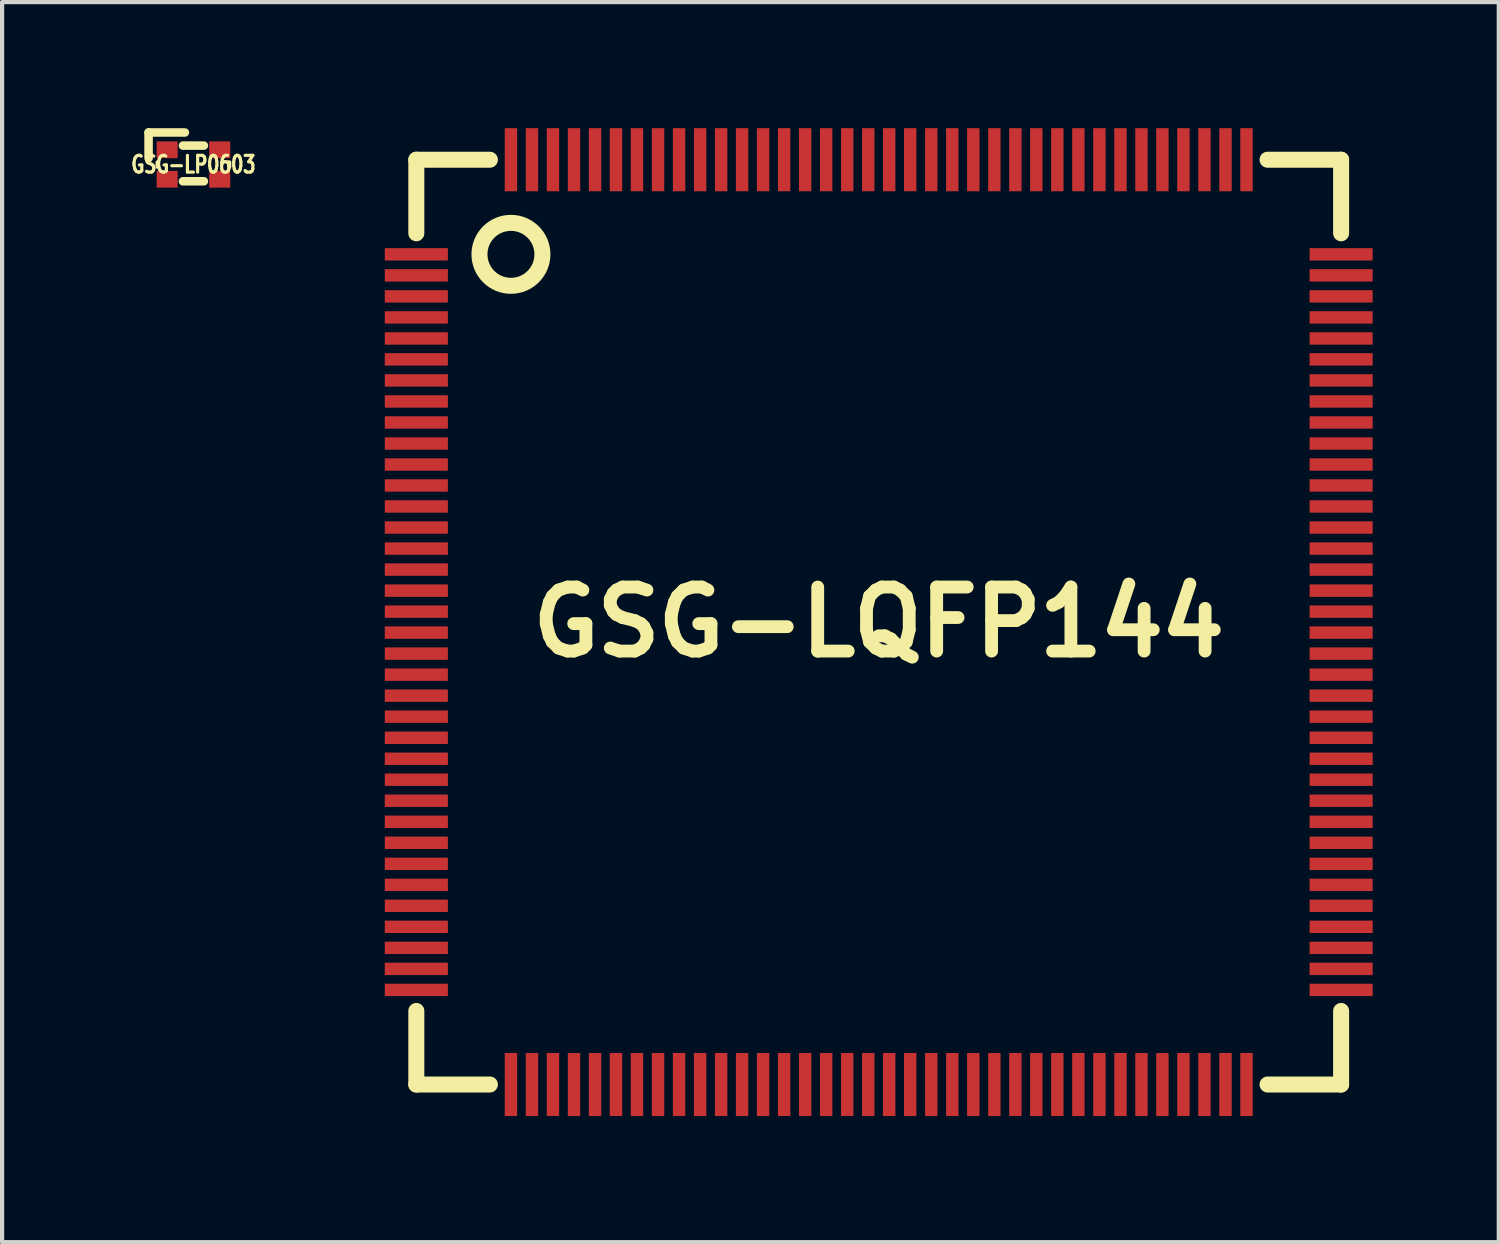
<source format=kicad_pcb>
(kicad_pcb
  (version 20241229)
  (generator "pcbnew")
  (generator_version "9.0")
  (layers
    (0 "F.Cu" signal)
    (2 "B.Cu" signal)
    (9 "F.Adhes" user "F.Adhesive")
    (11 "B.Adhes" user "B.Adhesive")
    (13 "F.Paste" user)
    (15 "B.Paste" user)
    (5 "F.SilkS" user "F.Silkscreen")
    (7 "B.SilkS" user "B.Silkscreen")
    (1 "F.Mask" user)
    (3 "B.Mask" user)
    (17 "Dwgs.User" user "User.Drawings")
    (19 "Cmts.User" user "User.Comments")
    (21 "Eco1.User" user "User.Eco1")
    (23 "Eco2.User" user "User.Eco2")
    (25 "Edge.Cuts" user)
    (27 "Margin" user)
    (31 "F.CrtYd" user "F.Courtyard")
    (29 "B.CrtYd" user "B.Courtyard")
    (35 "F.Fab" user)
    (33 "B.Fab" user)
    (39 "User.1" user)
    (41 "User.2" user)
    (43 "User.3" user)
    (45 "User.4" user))
  (footprint "GSG-LQFP144"
    (layer "F.Cu")
    (at 17.856 11.751)
    (property "Reference" "GSG-LQFP144" (at 0 0 0) (layer "F.SilkS") (effects (font (size 1.524 1.524) (thickness 0.305))))
    (attr through_hole)
    (fp_line (start -11.001 -11.001) (end -9.251 -11.001) (stroke (width 0.381) (type solid)) (layer "F.SilkS"))
    (fp_line (start -11.001 -9.251) (end -11.001 -11.001) (stroke (width 0.381) (type solid)) (layer "F.SilkS"))
    (fp_line (start -11.001 9.251) (end -11.001 11.001) (stroke (width 0.381) (type solid)) (layer "F.SilkS"))
    (fp_line (start -11.001 11.001) (end -9.251 11.001) (stroke (width 0.381) (type solid)) (layer "F.SilkS"))
    (fp_line (start 9.251 11.001) (end 11.001 11.001) (stroke (width 0.381) (type solid)) (layer "F.SilkS"))
    (fp_line (start 11.001 -11.001) (end 9.251 -11.001) (stroke (width 0.381) (type solid)) (layer "F.SilkS"))
    (fp_line (start 11.001 -9.251) (end 11.001 -11.001) (stroke (width 0.381) (type solid)) (layer "F.SilkS"))
    (fp_line (start 11.001 11.001) (end 11.001 9.251) (stroke (width 0.381) (type solid)) (layer "F.SilkS"))
    (fp_circle (center -8.75 -8.75) (end -8.001 -8.75) (stroke (width 0.381) (type solid)) (fill no) (layer "F.SilkS"))
    (pad "1" smd rect (at -11.001 -8.75) (size 1.501 0.295) (layers "F.Cu" "F.Mask" "F.Paste"))
    (pad "2" smd rect (at -11.001 -8.25) (size 1.501 0.295) (layers "F.Cu" "F.Mask" "F.Paste"))
    (pad "3" smd rect (at -11.001 -7.75) (size 1.501 0.295) (layers "F.Cu" "F.Mask" "F.Paste"))
    (pad "4" smd rect (at -11.001 -7.249) (size 1.501 0.295) (layers "F.Cu" "F.Mask" "F.Paste"))
    (pad "5" smd rect (at -11.001 -6.749) (size 1.501 0.295) (layers "F.Cu" "F.Mask" "F.Paste"))
    (pad "6" smd rect (at -11.001 -6.251) (size 1.501 0.295) (layers "F.Cu" "F.Mask" "F.Paste"))
    (pad "7" smd rect (at -11.001 -5.751) (size 1.501 0.295) (layers "F.Cu" "F.Mask" "F.Paste"))
    (pad "8" smd rect (at -11.001 -5.25) (size 1.501 0.295) (layers "F.Cu" "F.Mask" "F.Paste"))
    (pad "9" smd rect (at -11.001 -4.75) (size 1.501 0.295) (layers "F.Cu" "F.Mask" "F.Paste"))
    (pad "10" smd rect (at -11.001 -4.249) (size 1.501 0.295) (layers "F.Cu" "F.Mask" "F.Paste"))
    (pad "11" smd rect (at -11.001 -3.749) (size 1.501 0.295) (layers "F.Cu" "F.Mask" "F.Paste"))
    (pad "12" smd rect (at -11.001 -3.251) (size 1.501 0.295) (layers "F.Cu" "F.Mask" "F.Paste"))
    (pad "13" smd rect (at -11.001 -2.751) (size 1.501 0.295) (layers "F.Cu" "F.Mask" "F.Paste"))
    (pad "14" smd rect (at -11.001 -2.25) (size 1.501 0.295) (layers "F.Cu" "F.Mask" "F.Paste"))
    (pad "15" smd rect (at -11.001 -1.75) (size 1.501 0.295) (layers "F.Cu" "F.Mask" "F.Paste"))
    (pad "16" smd rect (at -11.001 -1.25) (size 1.501 0.295) (layers "F.Cu" "F.Mask" "F.Paste"))
    (pad "17" smd rect (at -11.001 -0.749) (size 1.501 0.295) (layers "F.Cu" "F.Mask" "F.Paste"))
    (pad "18" smd rect (at -11.001 -0.249) (size 1.501 0.295) (layers "F.Cu" "F.Mask" "F.Paste"))
    (pad "19" smd rect (at -11.001 0.249) (size 1.501 0.295) (layers "F.Cu" "F.Mask" "F.Paste"))
    (pad "20" smd rect (at -11.001 0.749) (size 1.501 0.295) (layers "F.Cu" "F.Mask" "F.Paste"))
    (pad "21" smd rect (at -11.001 1.25) (size 1.501 0.295) (layers "F.Cu" "F.Mask" "F.Paste"))
    (pad "22" smd rect (at -11.001 1.75) (size 1.501 0.295) (layers "F.Cu" "F.Mask" "F.Paste"))
    (pad "23" smd rect (at -11.001 2.25) (size 1.501 0.295) (layers "F.Cu" "F.Mask" "F.Paste"))
    (pad "24" smd rect (at -11.001 2.751) (size 1.501 0.295) (layers "F.Cu" "F.Mask" "F.Paste"))
    (pad "25" smd rect (at -11.001 3.251) (size 1.501 0.295) (layers "F.Cu" "F.Mask" "F.Paste"))
    (pad "26" smd rect (at -11.001 3.749) (size 1.501 0.295) (layers "F.Cu" "F.Mask" "F.Paste"))
    (pad "27" smd rect (at -11.001 4.249) (size 1.501 0.295) (layers "F.Cu" "F.Mask" "F.Paste"))
    (pad "28" smd rect (at -11.001 4.75) (size 1.501 0.295) (layers "F.Cu" "F.Mask" "F.Paste"))
    (pad "29" smd rect (at -11.001 5.25) (size 1.501 0.295) (layers "F.Cu" "F.Mask" "F.Paste"))
    (pad "30" smd rect (at -11.001 5.751) (size 1.501 0.295) (layers "F.Cu" "F.Mask" "F.Paste"))
    (pad "31" smd rect (at -11.001 6.251) (size 1.501 0.295) (layers "F.Cu" "F.Mask" "F.Paste"))
    (pad "32" smd rect (at -11.001 6.749) (size 1.501 0.295) (layers "F.Cu" "F.Mask" "F.Paste"))
    (pad "33" smd rect (at -11.001 7.249) (size 1.501 0.295) (layers "F.Cu" "F.Mask" "F.Paste"))
    (pad "34" smd rect (at -11.001 7.75) (size 1.501 0.295) (layers "F.Cu" "F.Mask" "F.Paste"))
    (pad "35" smd rect (at -11.001 8.25) (size 1.501 0.295) (layers "F.Cu" "F.Mask" "F.Paste"))
    (pad "36" smd rect (at -11.001 8.75) (size 1.501 0.295) (layers "F.Cu" "F.Mask" "F.Paste"))
    (pad "37" smd rect (at -8.75 11.001 90) (size 1.501 0.295) (layers "F.Cu" "F.Mask" "F.Paste"))
    (pad "38" smd rect (at -8.25 11.001 90) (size 1.501 0.295) (layers "F.Cu" "F.Mask" "F.Paste"))
    (pad "39" smd rect (at -7.75 11.001 90) (size 1.501 0.295) (layers "F.Cu" "F.Mask" "F.Paste"))
    (pad "40" smd rect (at -7.249 11.001 90) (size 1.501 0.295) (layers "F.Cu" "F.Mask" "F.Paste"))
    (pad "41" smd rect (at -6.749 11.001 90) (size 1.501 0.295) (layers "F.Cu" "F.Mask" "F.Paste"))
    (pad "42" smd rect (at -6.251 11.001 90) (size 1.501 0.295) (layers "F.Cu" "F.Mask" "F.Paste"))
    (pad "43" smd rect (at -5.751 11.001 90) (size 1.501 0.295) (layers "F.Cu" "F.Mask" "F.Paste"))
    (pad "44" smd rect (at -5.25 11.001 90) (size 1.501 0.295) (layers "F.Cu" "F.Mask" "F.Paste"))
    (pad "45" smd rect (at -4.75 11.001 90) (size 1.501 0.295) (layers "F.Cu" "F.Mask" "F.Paste"))
    (pad "46" smd rect (at -4.249 11.001 90) (size 1.501 0.295) (layers "F.Cu" "F.Mask" "F.Paste"))
    (pad "47" smd rect (at -3.749 11.001 90) (size 1.501 0.295) (layers "F.Cu" "F.Mask" "F.Paste"))
    (pad "48" smd rect (at -3.251 11.001 90) (size 1.501 0.295) (layers "F.Cu" "F.Mask" "F.Paste"))
    (pad "49" smd rect (at -2.751 11.001 90) (size 1.501 0.295) (layers "F.Cu" "F.Mask" "F.Paste"))
    (pad "50" smd rect (at -2.25 11.001 90) (size 1.501 0.295) (layers "F.Cu" "F.Mask" "F.Paste"))
    (pad "51" smd rect (at -1.75 11.001 90) (size 1.501 0.295) (layers "F.Cu" "F.Mask" "F.Paste"))
    (pad "52" smd rect (at -1.25 11.001 90) (size 1.501 0.295) (layers "F.Cu" "F.Mask" "F.Paste"))
    (pad "53" smd rect (at -0.749 11.001 90) (size 1.501 0.295) (layers "F.Cu" "F.Mask" "F.Paste"))
    (pad "54" smd rect (at -0.249 11.001 90) (size 1.501 0.295) (layers "F.Cu" "F.Mask" "F.Paste"))
    (pad "55" smd rect (at 0.249 11.001 90) (size 1.501 0.295) (layers "F.Cu" "F.Mask" "F.Paste"))
    (pad "56" smd rect (at 0.749 11.001 90) (size 1.501 0.295) (layers "F.Cu" "F.Mask" "F.Paste"))
    (pad "57" smd rect (at 1.25 11.001 90) (size 1.501 0.295) (layers "F.Cu" "F.Mask" "F.Paste"))
    (pad "58" smd rect (at 1.75 11.001 90) (size 1.501 0.295) (layers "F.Cu" "F.Mask" "F.Paste"))
    (pad "59" smd rect (at 2.25 11.001 90) (size 1.501 0.295) (layers "F.Cu" "F.Mask" "F.Paste"))
    (pad "60" smd rect (at 2.751 11.001 90) (size 1.501 0.295) (layers "F.Cu" "F.Mask" "F.Paste"))
    (pad "61" smd rect (at 3.251 11.001 90) (size 1.501 0.295) (layers "F.Cu" "F.Mask" "F.Paste"))
    (pad "62" smd rect (at 3.749 11.001 90) (size 1.501 0.295) (layers "F.Cu" "F.Mask" "F.Paste"))
    (pad "63" smd rect (at 4.249 11.001 90) (size 1.501 0.295) (layers "F.Cu" "F.Mask" "F.Paste"))
    (pad "64" smd rect (at 4.75 11.001 90) (size 1.501 0.295) (layers "F.Cu" "F.Mask" "F.Paste"))
    (pad "65" smd rect (at 5.25 11.001 90) (size 1.501 0.295) (layers "F.Cu" "F.Mask" "F.Paste"))
    (pad "66" smd rect (at 5.751 11.001 90) (size 1.501 0.295) (layers "F.Cu" "F.Mask" "F.Paste"))
    (pad "67" smd rect (at 6.251 11.001 90) (size 1.501 0.295) (layers "F.Cu" "F.Mask" "F.Paste"))
    (pad "68" smd rect (at 6.749 11.001 90) (size 1.501 0.295) (layers "F.Cu" "F.Mask" "F.Paste"))
    (pad "69" smd rect (at 7.249 11.001 90) (size 1.501 0.295) (layers "F.Cu" "F.Mask" "F.Paste"))
    (pad "70" smd rect (at 7.75 11.001 90) (size 1.501 0.295) (layers "F.Cu" "F.Mask" "F.Paste"))
    (pad "71" smd rect (at 8.25 11.001 90) (size 1.501 0.295) (layers "F.Cu" "F.Mask" "F.Paste"))
    (pad "72" smd rect (at 8.75 11.001 90) (size 1.501 0.295) (layers "F.Cu" "F.Mask" "F.Paste"))
    (pad "73" smd rect (at 11.001 8.75) (size 1.501 0.295) (layers "F.Cu" "F.Mask" "F.Paste"))
    (pad "74" smd rect (at 11.001 8.25) (size 1.501 0.295) (layers "F.Cu" "F.Mask" "F.Paste"))
    (pad "75" smd rect (at 11.001 7.75) (size 1.501 0.295) (layers "F.Cu" "F.Mask" "F.Paste"))
    (pad "76" smd rect (at 11.001 7.249) (size 1.501 0.295) (layers "F.Cu" "F.Mask" "F.Paste"))
    (pad "77" smd rect (at 11.001 6.749) (size 1.501 0.295) (layers "F.Cu" "F.Mask" "F.Paste"))
    (pad "78" smd rect (at 11.001 6.251) (size 1.501 0.295) (layers "F.Cu" "F.Mask" "F.Paste"))
    (pad "79" smd rect (at 11.001 5.751) (size 1.501 0.295) (layers "F.Cu" "F.Mask" "F.Paste"))
    (pad "80" smd rect (at 11.001 5.25) (size 1.501 0.295) (layers "F.Cu" "F.Mask" "F.Paste"))
    (pad "81" smd rect (at 11.001 4.75) (size 1.501 0.295) (layers "F.Cu" "F.Mask" "F.Paste"))
    (pad "82" smd rect (at 11.001 4.249) (size 1.501 0.295) (layers "F.Cu" "F.Mask" "F.Paste"))
    (pad "83" smd rect (at 11.001 3.749) (size 1.501 0.295) (layers "F.Cu" "F.Mask" "F.Paste"))
    (pad "84" smd rect (at 11.001 3.251) (size 1.501 0.295) (layers "F.Cu" "F.Mask" "F.Paste"))
    (pad "85" smd rect (at 11.001 2.751) (size 1.501 0.295) (layers "F.Cu" "F.Mask" "F.Paste"))
    (pad "86" smd rect (at 11.001 2.25) (size 1.501 0.295) (layers "F.Cu" "F.Mask" "F.Paste"))
    (pad "87" smd rect (at 11.001 1.75) (size 1.501 0.295) (layers "F.Cu" "F.Mask" "F.Paste"))
    (pad "88" smd rect (at 11.001 1.25) (size 1.501 0.295) (layers "F.Cu" "F.Mask" "F.Paste"))
    (pad "89" smd rect (at 11.001 0.749) (size 1.501 0.295) (layers "F.Cu" "F.Mask" "F.Paste"))
    (pad "90" smd rect (at 11.001 0.249) (size 1.501 0.295) (layers "F.Cu" "F.Mask" "F.Paste"))
    (pad "91" smd rect (at 11.001 -0.249) (size 1.501 0.295) (layers "F.Cu" "F.Mask" "F.Paste"))
    (pad "92" smd rect (at 11.001 -0.749) (size 1.501 0.295) (layers "F.Cu" "F.Mask" "F.Paste"))
    (pad "93" smd rect (at 11.001 -1.25) (size 1.501 0.295) (layers "F.Cu" "F.Mask" "F.Paste"))
    (pad "94" smd rect (at 11.001 -1.75) (size 1.501 0.295) (layers "F.Cu" "F.Mask" "F.Paste"))
    (pad "95" smd rect (at 11.001 -2.25) (size 1.501 0.295) (layers "F.Cu" "F.Mask" "F.Paste"))
    (pad "96" smd rect (at 11.001 -2.751) (size 1.501 0.295) (layers "F.Cu" "F.Mask" "F.Paste"))
    (pad "97" smd rect (at 11.001 -3.251) (size 1.501 0.295) (layers "F.Cu" "F.Mask" "F.Paste"))
    (pad "98" smd rect (at 11.001 -3.749) (size 1.501 0.295) (layers "F.Cu" "F.Mask" "F.Paste"))
    (pad "99" smd rect (at 11.001 -4.249) (size 1.501 0.295) (layers "F.Cu" "F.Mask" "F.Paste"))
    (pad "100" smd rect (at 11.001 -4.75) (size 1.501 0.295) (layers "F.Cu" "F.Mask" "F.Paste"))
    (pad "101" smd rect (at 11.001 -5.25) (size 1.501 0.295) (layers "F.Cu" "F.Mask" "F.Paste"))
    (pad "102" smd rect (at 11.001 -5.751) (size 1.501 0.295) (layers "F.Cu" "F.Mask" "F.Paste"))
    (pad "103" smd rect (at 11.001 -6.251) (size 1.501 0.295) (layers "F.Cu" "F.Mask" "F.Paste"))
    (pad "104" smd rect (at 11.001 -6.749) (size 1.501 0.295) (layers "F.Cu" "F.Mask" "F.Paste"))
    (pad "105" smd rect (at 11.001 -7.249) (size 1.501 0.295) (layers "F.Cu" "F.Mask" "F.Paste"))
    (pad "106" smd rect (at 11.001 -7.75) (size 1.501 0.295) (layers "F.Cu" "F.Mask" "F.Paste"))
    (pad "107" smd rect (at 11.001 -8.25) (size 1.501 0.295) (layers "F.Cu" "F.Mask" "F.Paste"))
    (pad "108" smd rect (at 11.001 -8.75) (size 1.501 0.295) (layers "F.Cu" "F.Mask" "F.Paste"))
    (pad "109" smd rect (at 8.75 -11.001 90) (size 1.501 0.295) (layers "F.Cu" "F.Mask" "F.Paste"))
    (pad "110" smd rect (at 8.25 -11.001 90) (size 1.501 0.295) (layers "F.Cu" "F.Mask" "F.Paste"))
    (pad "111" smd rect (at 7.75 -11.001 90) (size 1.501 0.295) (layers "F.Cu" "F.Mask" "F.Paste"))
    (pad "112" smd rect (at 7.249 -11.001 90) (size 1.501 0.295) (layers "F.Cu" "F.Mask" "F.Paste"))
    (pad "113" smd rect (at 6.749 -11.001 90) (size 1.501 0.295) (layers "F.Cu" "F.Mask" "F.Paste"))
    (pad "114" smd rect (at 6.251 -11.001 90) (size 1.501 0.295) (layers "F.Cu" "F.Mask" "F.Paste"))
    (pad "115" smd rect (at 5.751 -11.001 90) (size 1.501 0.295) (layers "F.Cu" "F.Mask" "F.Paste"))
    (pad "116" smd rect (at 5.25 -11.001 90) (size 1.501 0.295) (layers "F.Cu" "F.Mask" "F.Paste"))
    (pad "117" smd rect (at 4.75 -11.001 90) (size 1.501 0.295) (layers "F.Cu" "F.Mask" "F.Paste"))
    (pad "118" smd rect (at 4.249 -11.001 90) (size 1.501 0.295) (layers "F.Cu" "F.Mask" "F.Paste"))
    (pad "119" smd rect (at 3.749 -11.001 90) (size 1.501 0.295) (layers "F.Cu" "F.Mask" "F.Paste"))
    (pad "120" smd rect (at 3.251 -11.001 90) (size 1.501 0.295) (layers "F.Cu" "F.Mask" "F.Paste"))
    (pad "121" smd rect (at 2.751 -11.001 90) (size 1.501 0.295) (layers "F.Cu" "F.Mask" "F.Paste"))
    (pad "122" smd rect (at 2.25 -11.001 90) (size 1.501 0.295) (layers "F.Cu" "F.Mask" "F.Paste"))
    (pad "123" smd rect (at 1.75 -11.001 90) (size 1.501 0.295) (layers "F.Cu" "F.Mask" "F.Paste"))
    (pad "124" smd rect (at 1.25 -11.001 90) (size 1.501 0.295) (layers "F.Cu" "F.Mask" "F.Paste"))
    (pad "125" smd rect (at 0.749 -11.001 90) (size 1.501 0.295) (layers "F.Cu" "F.Mask" "F.Paste"))
    (pad "126" smd rect (at 0.249 -11.001 90) (size 1.501 0.295) (layers "F.Cu" "F.Mask" "F.Paste"))
    (pad "127" smd rect (at -0.249 -11.001 90) (size 1.501 0.295) (layers "F.Cu" "F.Mask" "F.Paste"))
    (pad "128" smd rect (at -0.749 -11.001 90) (size 1.501 0.295) (layers "F.Cu" "F.Mask" "F.Paste"))
    (pad "129" smd rect (at -1.25 -11.001 90) (size 1.501 0.295) (layers "F.Cu" "F.Mask" "F.Paste"))
    (pad "130" smd rect (at -1.75 -11.001 90) (size 1.501 0.295) (layers "F.Cu" "F.Mask" "F.Paste"))
    (pad "131" smd rect (at -2.25 -11.001 90) (size 1.501 0.295) (layers "F.Cu" "F.Mask" "F.Paste"))
    (pad "132" smd rect (at -2.751 -11.001 90) (size 1.501 0.295) (layers "F.Cu" "F.Mask" "F.Paste"))
    (pad "133" smd rect (at -3.251 -11.001 90) (size 1.501 0.295) (layers "F.Cu" "F.Mask" "F.Paste"))
    (pad "134" smd rect (at -3.749 -11.001 90) (size 1.501 0.295) (layers "F.Cu" "F.Mask" "F.Paste"))
    (pad "135" smd rect (at -4.249 -11.001 90) (size 1.501 0.295) (layers "F.Cu" "F.Mask" "F.Paste"))
    (pad "136" smd rect (at -4.75 -11.001 90) (size 1.501 0.295) (layers "F.Cu" "F.Mask" "F.Paste"))
    (pad "137" smd rect (at -5.25 -11.001 90) (size 1.501 0.295) (layers "F.Cu" "F.Mask" "F.Paste"))
    (pad "138" smd rect (at -5.751 -11.001 90) (size 1.501 0.295) (layers "F.Cu" "F.Mask" "F.Paste"))
    (pad "139" smd rect (at -6.251 -11.001 90) (size 1.501 0.295) (layers "F.Cu" "F.Mask" "F.Paste"))
    (pad "140" smd rect (at -6.749 -11.001 90) (size 1.501 0.295) (layers "F.Cu" "F.Mask" "F.Paste"))
    (pad "141" smd rect (at -7.249 -11.001 90) (size 1.501 0.295) (layers "F.Cu" "F.Mask" "F.Paste"))
    (pad "142" smd rect (at -7.75 -11.001 90) (size 1.501 0.295) (layers "F.Cu" "F.Mask" "F.Paste"))
    (pad "143" smd rect (at -8.25 -11.001 90) (size 1.501 0.295) (layers "F.Cu" "F.Mask" "F.Paste"))
    (pad "144" smd rect (at -8.75 -11.001 90) (size 1.501 0.295) (layers "F.Cu" "F.Mask" "F.Paste")))
  (footprint "GSG-LP0603"
    (layer "F.Cu")
    (at 1.552 0.864)
    (property "Reference" "GSG-LP0603" (at 0 0 0) (layer "F.SilkS") (effects (font (size 0.399 0.3) (thickness 0.076))))
    (attr through_hole)
    (fp_line (start -1.067 -0.762) (end -1.067 -0.152) (stroke (width 0.203) (type solid)) (layer "F.SilkS"))
    (fp_line (start -0.851 -0.051) (end -0.851 0.051) (stroke (width 0.102) (type solid)) (layer "F.SilkS"))
    (fp_line (start -0.249 -0.45) (end 0.249 -0.45) (stroke (width 0.203) (type solid)) (layer "F.SilkS"))
    (fp_line (start -0.203 -0.762) (end -1.067 -0.762) (stroke (width 0.203) (type solid)) (layer "F.SilkS"))
    (fp_line (start 0.249 0.399) (end -0.249 0.399) (stroke (width 0.203) (type solid)) (layer "F.SilkS"))
    (fp_line (start 0.851 -0.051) (end 0.851 0.051) (stroke (width 0.102) (type solid)) (layer "F.SilkS"))
    (pad "1" smd rect (at -0.625 -0.351) (size 0.5 0.399) (layers "F.Cu" "F.Mask" "F.Paste"))
    (pad "2" smd rect (at -0.625 0.351) (size 0.5 0.399) (layers "F.Cu" "F.Mask" "F.Paste"))
    (pad "3" smd rect (at 0.625 0.351) (size 0.5 0.399) (layers "F.Cu" "F.Mask" "F.Paste"))
    (pad "4" smd rect (at 0.625 -0.351) (size 0.5 0.399) (layers "F.Cu" "F.Mask" "F.Paste")))
  (gr_rect
    (start -3 -3)
    (end 32.608 26.503)
    (stroke (width 0.1) (type default))
    (fill no)
    (layer "Edge.Cuts")))
</source>
